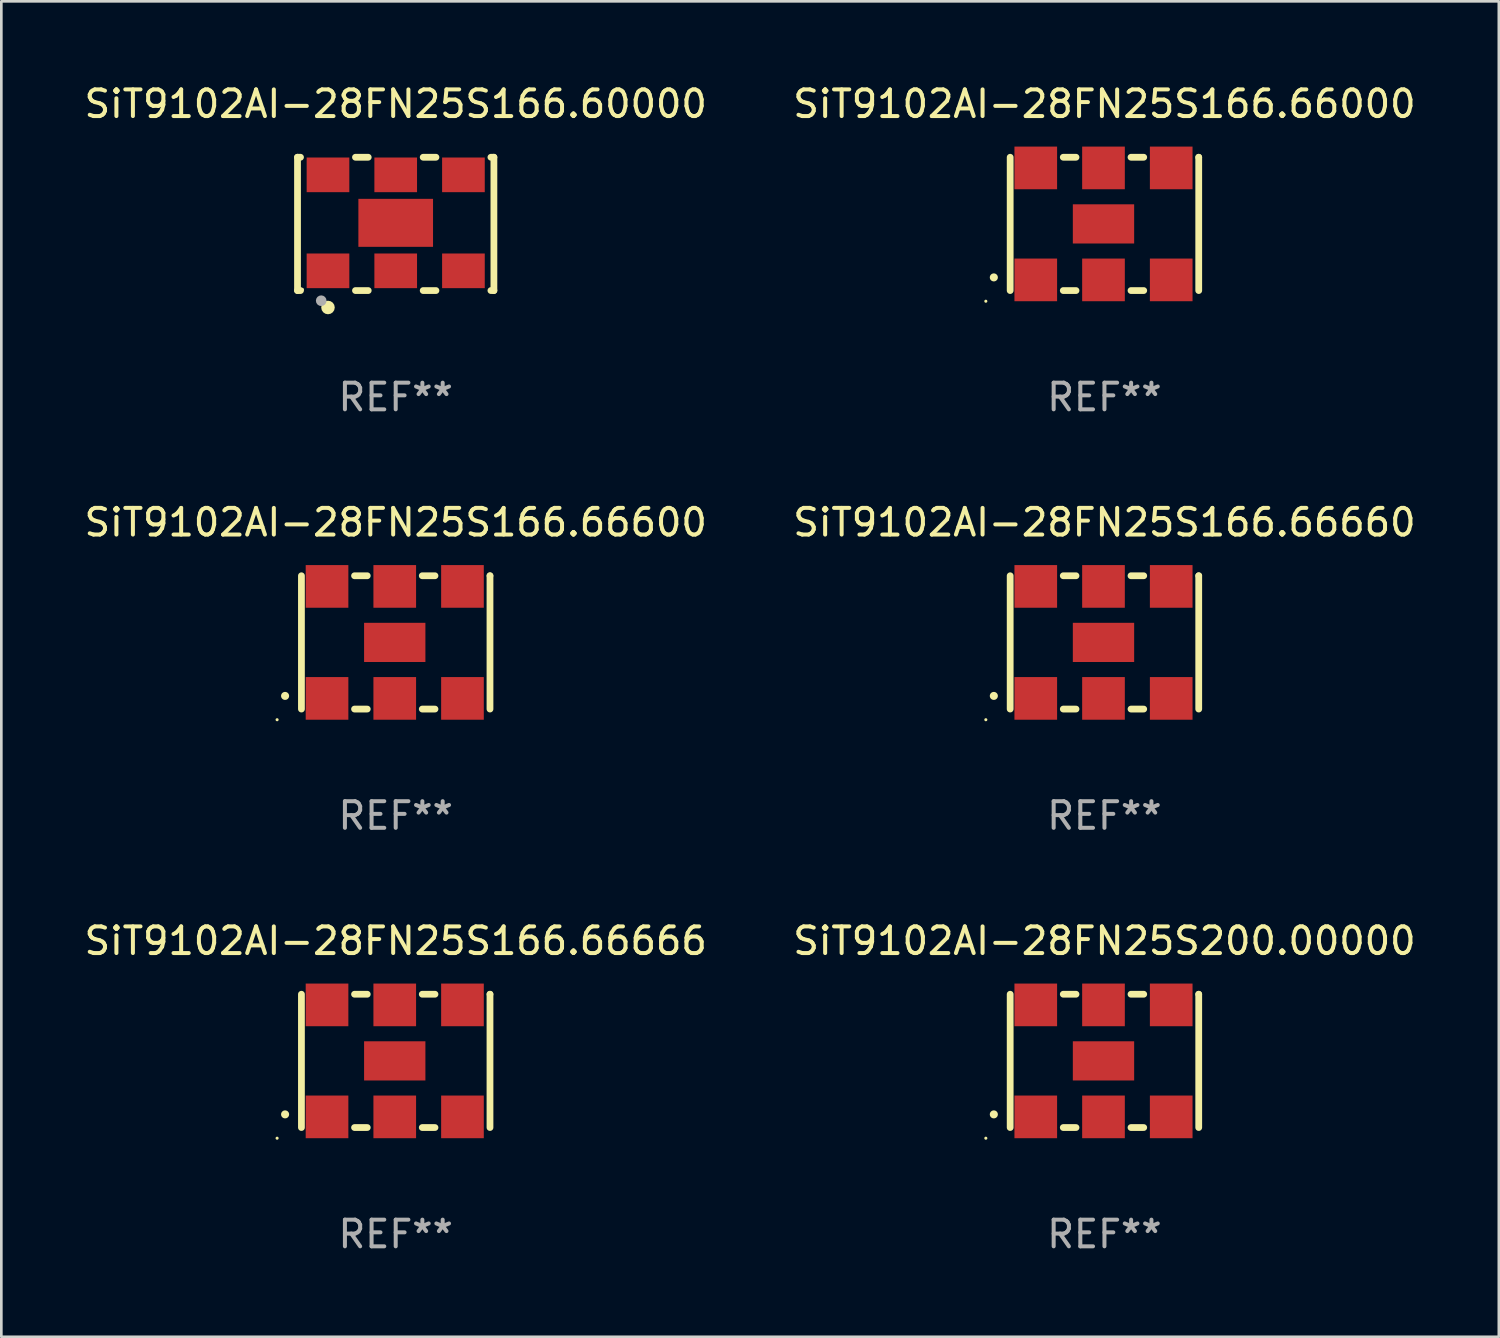
<source format=kicad_pcb>
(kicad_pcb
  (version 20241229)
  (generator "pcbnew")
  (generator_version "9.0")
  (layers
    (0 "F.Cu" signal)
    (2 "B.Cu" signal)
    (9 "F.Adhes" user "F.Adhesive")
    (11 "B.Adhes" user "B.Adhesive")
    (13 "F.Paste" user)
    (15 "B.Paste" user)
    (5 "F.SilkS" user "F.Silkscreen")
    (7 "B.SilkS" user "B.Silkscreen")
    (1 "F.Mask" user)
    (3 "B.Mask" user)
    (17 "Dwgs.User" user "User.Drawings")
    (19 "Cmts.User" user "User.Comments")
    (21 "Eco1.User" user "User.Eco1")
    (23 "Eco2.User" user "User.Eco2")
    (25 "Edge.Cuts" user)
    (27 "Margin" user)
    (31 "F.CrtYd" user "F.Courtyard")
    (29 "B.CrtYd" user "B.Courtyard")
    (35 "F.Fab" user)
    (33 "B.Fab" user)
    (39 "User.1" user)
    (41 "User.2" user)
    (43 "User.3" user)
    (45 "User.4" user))
  (footprint "SiT9102AI-28FN25S200.00000"
    (layer "F.Cu")
    (at 38.375 36.741)
    (property "Reference" "SiT9102AI-28FN25S200.00000" (at 0 -4.5 0) (layer "F.SilkS") (effects (font (size 1 1) (thickness 0.15))))
    (attr through_hole)
    (fp_line (start -3.536 -2.5) (end -3.536 2.5) (stroke (width 0.254) (type solid)) (layer "F.SilkS"))
    (fp_line (start -1.544 2.5) (end -1.067 2.5) (stroke (width 0.254) (type solid)) (layer "F.SilkS"))
    (fp_line (start -1.067 -2.5) (end -1.544 -2.5) (stroke (width 0.254) (type solid)) (layer "F.SilkS"))
    (fp_line (start 0.996 2.5) (end 1.473 2.5) (stroke (width 0.254) (type solid)) (layer "F.SilkS"))
    (fp_line (start 1.473 -2.5) (end 0.996 -2.5) (stroke (width 0.254) (type solid)) (layer "F.SilkS"))
    (fp_line (start 3.536 -2.5) (end 3.536 -2.5) (stroke (width 0.254) (type solid)) (layer "F.SilkS"))
    (fp_line (start 3.536 2.5) (end 3.536 -2.5) (stroke (width 0.254) (type solid)) (layer "F.SilkS"))
    (fp_arc (start -4.150432 2.006604) (mid -4.149162 2.006599) (end -4.147892 2.006604) (stroke (width 0.3) (type solid)) (layer "F.SilkS"))
    (fp_circle (center -4.449 2.9) (end -4.419 2.9) (stroke (width 0.06) (type solid)) (fill no) (layer "F.SilkS"))
    (fp_text user "REF**" (at 0 6.5 0) (layer "F.Fab") (effects (font (size 1 1) (thickness 0.15))))
    (pad "1" smd rect (at -2.576 2.1) (size 1.6 1.6) (layers "F.Cu" "F.Mask" "F.Paste"))
    (pad "2" smd rect (at -0.036 2.1) (size 1.6 1.6) (layers "F.Cu" "F.Mask" "F.Paste"))
    (pad "3" smd rect (at 2.504 2.1) (size 1.6 1.6) (layers "F.Cu" "F.Mask" "F.Paste"))
    (pad "4" smd rect (at 2.504 -2.1) (size 1.6 1.6) (layers "F.Cu" "F.Mask" "F.Paste"))
    (pad "5" smd rect (at -0.036 -2.1) (size 1.6 1.6) (layers "F.Cu" "F.Mask" "F.Paste"))
    (pad "6" smd rect (at -2.576 -2.1) (size 1.6 1.6) (layers "F.Cu" "F.Mask" "F.Paste"))
    (pad "7" smd rect (at -0.036 0) (size 2.3 1.47) (layers "F.Cu" "F.Mask" "F.Paste")))
  (footprint "SiT9102AI-28FN25S166.66000"
    (layer "F.Cu")
    (at 38.375 5.348)
    (property "Reference" "SiT9102AI-28FN25S166.66000" (at 0 -4.5 0) (layer "F.SilkS") (effects (font (size 1 1) (thickness 0.15))))
    (attr through_hole)
    (fp_line (start -3.536 -2.5) (end -3.536 2.5) (stroke (width 0.254) (type solid)) (layer "F.SilkS"))
    (fp_line (start -1.544 2.5) (end -1.067 2.5) (stroke (width 0.254) (type solid)) (layer "F.SilkS"))
    (fp_line (start -1.067 -2.5) (end -1.544 -2.5) (stroke (width 0.254) (type solid)) (layer "F.SilkS"))
    (fp_line (start 0.996 2.5) (end 1.473 2.5) (stroke (width 0.254) (type solid)) (layer "F.SilkS"))
    (fp_line (start 1.473 -2.5) (end 0.996 -2.5) (stroke (width 0.254) (type solid)) (layer "F.SilkS"))
    (fp_line (start 3.536 -2.5) (end 3.536 -2.5) (stroke (width 0.254) (type solid)) (layer "F.SilkS"))
    (fp_line (start 3.536 2.5) (end 3.536 -2.5) (stroke (width 0.254) (type solid)) (layer "F.SilkS"))
    (fp_arc (start -4.150432 2.006604) (mid -4.149162 2.006599) (end -4.147892 2.006604) (stroke (width 0.3) (type solid)) (layer "F.SilkS"))
    (fp_circle (center -4.449 2.9) (end -4.419 2.9) (stroke (width 0.06) (type solid)) (fill no) (layer "F.SilkS"))
    (fp_text user "REF**" (at 0 6.5 0) (layer "F.Fab") (effects (font (size 1 1) (thickness 0.15))))
    (pad "1" smd rect (at -2.576 2.1) (size 1.6 1.6) (layers "F.Cu" "F.Mask" "F.Paste"))
    (pad "2" smd rect (at -0.036 2.1) (size 1.6 1.6) (layers "F.Cu" "F.Mask" "F.Paste"))
    (pad "3" smd rect (at 2.504 2.1) (size 1.6 1.6) (layers "F.Cu" "F.Mask" "F.Paste"))
    (pad "4" smd rect (at 2.504 -2.1) (size 1.6 1.6) (layers "F.Cu" "F.Mask" "F.Paste"))
    (pad "5" smd rect (at -0.036 -2.1) (size 1.6 1.6) (layers "F.Cu" "F.Mask" "F.Paste"))
    (pad "6" smd rect (at -2.576 -2.1) (size 1.6 1.6) (layers "F.Cu" "F.Mask" "F.Paste"))
    (pad "7" smd rect (at -0.036 0) (size 2.3 1.47) (layers "F.Cu" "F.Mask" "F.Paste")))
  (footprint "SiT9102AI-28FN25S166.60000"
    (layer "F.Cu")
    (at 11.792 5.348)
    (property "Reference" "SiT9102AI-28FN25S166.60000" (at 0 -4.5 0) (layer "F.SilkS") (effects (font (size 1 1) (thickness 0.15))))
    (attr through_hole)
    (fp_line (start -3.683 -2.5) (end -3.571 -2.5) (stroke (width 0.254) (type solid)) (layer "F.SilkS"))
    (fp_line (start -3.683 2.5) (end -3.683 -2.5) (stroke (width 0.254) (type solid)) (layer "F.SilkS"))
    (fp_line (start -3.683 2.5) (end -3.571 2.5) (stroke (width 0.254) (type solid)) (layer "F.SilkS"))
    (fp_line (start -1.509 -2.5) (end -1.031 -2.5) (stroke (width 0.254) (type solid)) (layer "F.SilkS"))
    (fp_line (start -1.509 2.5) (end -1.031 2.5) (stroke (width 0.254) (type solid)) (layer "F.SilkS"))
    (fp_line (start 1.031 -2.5) (end 1.509 -2.5) (stroke (width 0.254) (type solid)) (layer "F.SilkS"))
    (fp_line (start 1.031 2.5) (end 1.509 2.5) (stroke (width 0.254) (type solid)) (layer "F.SilkS"))
    (fp_line (start 3.571 -2.5) (end 3.683 -2.5) (stroke (width 0.254) (type solid)) (layer "F.SilkS"))
    (fp_line (start 3.571 2.5) (end 3.683 2.5) (stroke (width 0.254) (type solid)) (layer "F.SilkS"))
    (fp_line (start 3.683 2.5) (end 3.683 -2.5) (stroke (width 0.254) (type solid)) (layer "F.SilkS"))
    (fp_circle (center -3.5 2.46) (end -3.47 2.46) (stroke (width 0.06) (type solid)) (fill no) (layer "F.SilkS"))
    (fp_circle (center -2.54 3.135) (end -2.413 3.135) (stroke (width 0.254) (type solid)) (fill no) (layer "F.SilkS"))
    (fp_circle (center -2.794 2.881) (end -2.694 2.881) (stroke (width 0.2) (type solid)) (fill no) (layer "F.Fab"))
    (fp_text user "REF**" (at 0 6.5 0) (layer "F.Fab") (effects (font (size 1 1) (thickness 0.15))))
    (pad "1" smd rect (at -2.54 1.76) (size 1.6 1.3) (layers "F.Cu" "F.Mask" "F.Paste"))
    (pad "2" smd rect (at 0 1.76) (size 1.6 1.3) (layers "F.Cu" "F.Mask" "F.Paste"))
    (pad "3" smd rect (at 2.54 1.76) (size 1.6 1.3) (layers "F.Cu" "F.Mask" "F.Paste"))
    (pad "4" smd rect (at 2.54 -1.84) (size 1.6 1.3) (layers "F.Cu" "F.Mask" "F.Paste"))
    (pad "5" smd rect (at 0 -1.84) (size 1.6 1.3) (layers "F.Cu" "F.Mask" "F.Paste"))
    (pad "6" smd rect (at -2.54 -1.84) (size 1.6 1.3) (layers "F.Cu" "F.Mask" "F.Paste"))
    (pad "7" smd rect (at 0 -0.04) (size 2.8 1.8) (layers "F.Cu" "F.Mask" "F.Paste")))
  (footprint "SiT9102AI-28FN25S166.66666"
    (layer "F.Cu")
    (at 11.792 36.741)
    (property "Reference" "SiT9102AI-28FN25S166.66666" (at 0 -4.5 0) (layer "F.SilkS") (effects (font (size 1 1) (thickness 0.15))))
    (attr through_hole)
    (fp_line (start -3.536 -2.5) (end -3.536 2.5) (stroke (width 0.254) (type solid)) (layer "F.SilkS"))
    (fp_line (start -1.544 2.5) (end -1.067 2.5) (stroke (width 0.254) (type solid)) (layer "F.SilkS"))
    (fp_line (start -1.067 -2.5) (end -1.544 -2.5) (stroke (width 0.254) (type solid)) (layer "F.SilkS"))
    (fp_line (start 0.996 2.5) (end 1.473 2.5) (stroke (width 0.254) (type solid)) (layer "F.SilkS"))
    (fp_line (start 1.473 -2.5) (end 0.996 -2.5) (stroke (width 0.254) (type solid)) (layer "F.SilkS"))
    (fp_line (start 3.536 -2.5) (end 3.536 -2.5) (stroke (width 0.254) (type solid)) (layer "F.SilkS"))
    (fp_line (start 3.536 2.5) (end 3.536 -2.5) (stroke (width 0.254) (type solid)) (layer "F.SilkS"))
    (fp_arc (start -4.150432 2.006604) (mid -4.149162 2.006599) (end -4.147892 2.006604) (stroke (width 0.3) (type solid)) (layer "F.SilkS"))
    (fp_circle (center -4.449 2.9) (end -4.419 2.9) (stroke (width 0.06) (type solid)) (fill no) (layer "F.SilkS"))
    (fp_text user "REF**" (at 0 6.5 0) (layer "F.Fab") (effects (font (size 1 1) (thickness 0.15))))
    (pad "1" smd rect (at -2.576 2.1) (size 1.6 1.6) (layers "F.Cu" "F.Mask" "F.Paste"))
    (pad "2" smd rect (at -0.036 2.1) (size 1.6 1.6) (layers "F.Cu" "F.Mask" "F.Paste"))
    (pad "3" smd rect (at 2.504 2.1) (size 1.6 1.6) (layers "F.Cu" "F.Mask" "F.Paste"))
    (pad "4" smd rect (at 2.504 -2.1) (size 1.6 1.6) (layers "F.Cu" "F.Mask" "F.Paste"))
    (pad "5" smd rect (at -0.036 -2.1) (size 1.6 1.6) (layers "F.Cu" "F.Mask" "F.Paste"))
    (pad "6" smd rect (at -2.576 -2.1) (size 1.6 1.6) (layers "F.Cu" "F.Mask" "F.Paste"))
    (pad "7" smd rect (at -0.036 0) (size 2.3 1.47) (layers "F.Cu" "F.Mask" "F.Paste")))
  (footprint "SiT9102AI-28FN25S166.66660"
    (layer "F.Cu")
    (at 38.375 21.045)
    (property "Reference" "SiT9102AI-28FN25S166.66660" (at 0 -4.5 0) (layer "F.SilkS") (effects (font (size 1 1) (thickness 0.15))))
    (attr through_hole)
    (fp_line (start -3.536 -2.5) (end -3.536 2.5) (stroke (width 0.254) (type solid)) (layer "F.SilkS"))
    (fp_line (start -1.544 2.5) (end -1.067 2.5) (stroke (width 0.254) (type solid)) (layer "F.SilkS"))
    (fp_line (start -1.067 -2.5) (end -1.544 -2.5) (stroke (width 0.254) (type solid)) (layer "F.SilkS"))
    (fp_line (start 0.996 2.5) (end 1.473 2.5) (stroke (width 0.254) (type solid)) (layer "F.SilkS"))
    (fp_line (start 1.473 -2.5) (end 0.996 -2.5) (stroke (width 0.254) (type solid)) (layer "F.SilkS"))
    (fp_line (start 3.536 -2.5) (end 3.536 -2.5) (stroke (width 0.254) (type solid)) (layer "F.SilkS"))
    (fp_line (start 3.536 2.5) (end 3.536 -2.5) (stroke (width 0.254) (type solid)) (layer "F.SilkS"))
    (fp_arc (start -4.150432 2.006604) (mid -4.149162 2.006599) (end -4.147892 2.006604) (stroke (width 0.3) (type solid)) (layer "F.SilkS"))
    (fp_circle (center -4.449 2.9) (end -4.419 2.9) (stroke (width 0.06) (type solid)) (fill no) (layer "F.SilkS"))
    (fp_text user "REF**" (at 0 6.5 0) (layer "F.Fab") (effects (font (size 1 1) (thickness 0.15))))
    (pad "1" smd rect (at -2.576 2.1) (size 1.6 1.6) (layers "F.Cu" "F.Mask" "F.Paste"))
    (pad "2" smd rect (at -0.036 2.1) (size 1.6 1.6) (layers "F.Cu" "F.Mask" "F.Paste"))
    (pad "3" smd rect (at 2.504 2.1) (size 1.6 1.6) (layers "F.Cu" "F.Mask" "F.Paste"))
    (pad "4" smd rect (at 2.504 -2.1) (size 1.6 1.6) (layers "F.Cu" "F.Mask" "F.Paste"))
    (pad "5" smd rect (at -0.036 -2.1) (size 1.6 1.6) (layers "F.Cu" "F.Mask" "F.Paste"))
    (pad "6" smd rect (at -2.576 -2.1) (size 1.6 1.6) (layers "F.Cu" "F.Mask" "F.Paste"))
    (pad "7" smd rect (at -0.036 0) (size 2.3 1.47) (layers "F.Cu" "F.Mask" "F.Paste")))
  (footprint "SiT9102AI-28FN25S166.66600"
    (layer "F.Cu")
    (at 11.792 21.045)
    (property "Reference" "SiT9102AI-28FN25S166.66600" (at 0 -4.5 0) (layer "F.SilkS") (effects (font (size 1 1) (thickness 0.15))))
    (attr through_hole)
    (fp_line (start -3.536 -2.5) (end -3.536 2.5) (stroke (width 0.254) (type solid)) (layer "F.SilkS"))
    (fp_line (start -1.544 2.5) (end -1.067 2.5) (stroke (width 0.254) (type solid)) (layer "F.SilkS"))
    (fp_line (start -1.067 -2.5) (end -1.544 -2.5) (stroke (width 0.254) (type solid)) (layer "F.SilkS"))
    (fp_line (start 0.996 2.5) (end 1.473 2.5) (stroke (width 0.254) (type solid)) (layer "F.SilkS"))
    (fp_line (start 1.473 -2.5) (end 0.996 -2.5) (stroke (width 0.254) (type solid)) (layer "F.SilkS"))
    (fp_line (start 3.536 -2.5) (end 3.536 -2.5) (stroke (width 0.254) (type solid)) (layer "F.SilkS"))
    (fp_line (start 3.536 2.5) (end 3.536 -2.5) (stroke (width 0.254) (type solid)) (layer "F.SilkS"))
    (fp_arc (start -4.150432 2.006604) (mid -4.149162 2.006599) (end -4.147892 2.006604) (stroke (width 0.3) (type solid)) (layer "F.SilkS"))
    (fp_circle (center -4.449 2.9) (end -4.419 2.9) (stroke (width 0.06) (type solid)) (fill no) (layer "F.SilkS"))
    (fp_text user "REF**" (at 0 6.5 0) (layer "F.Fab") (effects (font (size 1 1) (thickness 0.15))))
    (pad "1" smd rect (at -2.576 2.1) (size 1.6 1.6) (layers "F.Cu" "F.Mask" "F.Paste"))
    (pad "2" smd rect (at -0.036 2.1) (size 1.6 1.6) (layers "F.Cu" "F.Mask" "F.Paste"))
    (pad "3" smd rect (at 2.504 2.1) (size 1.6 1.6) (layers "F.Cu" "F.Mask" "F.Paste"))
    (pad "4" smd rect (at 2.504 -2.1) (size 1.6 1.6) (layers "F.Cu" "F.Mask" "F.Paste"))
    (pad "5" smd rect (at -0.036 -2.1) (size 1.6 1.6) (layers "F.Cu" "F.Mask" "F.Paste"))
    (pad "6" smd rect (at -2.576 -2.1) (size 1.6 1.6) (layers "F.Cu" "F.Mask" "F.Paste"))
    (pad "7" smd rect (at -0.036 0) (size 2.3 1.47) (layers "F.Cu" "F.Mask" "F.Paste")))
  (gr_rect
    (start -3 -3)
    (end 53.167 47.09)
    (stroke (width 0.1) (type default))
    (fill no)
    (layer "Edge.Cuts")))
</source>
